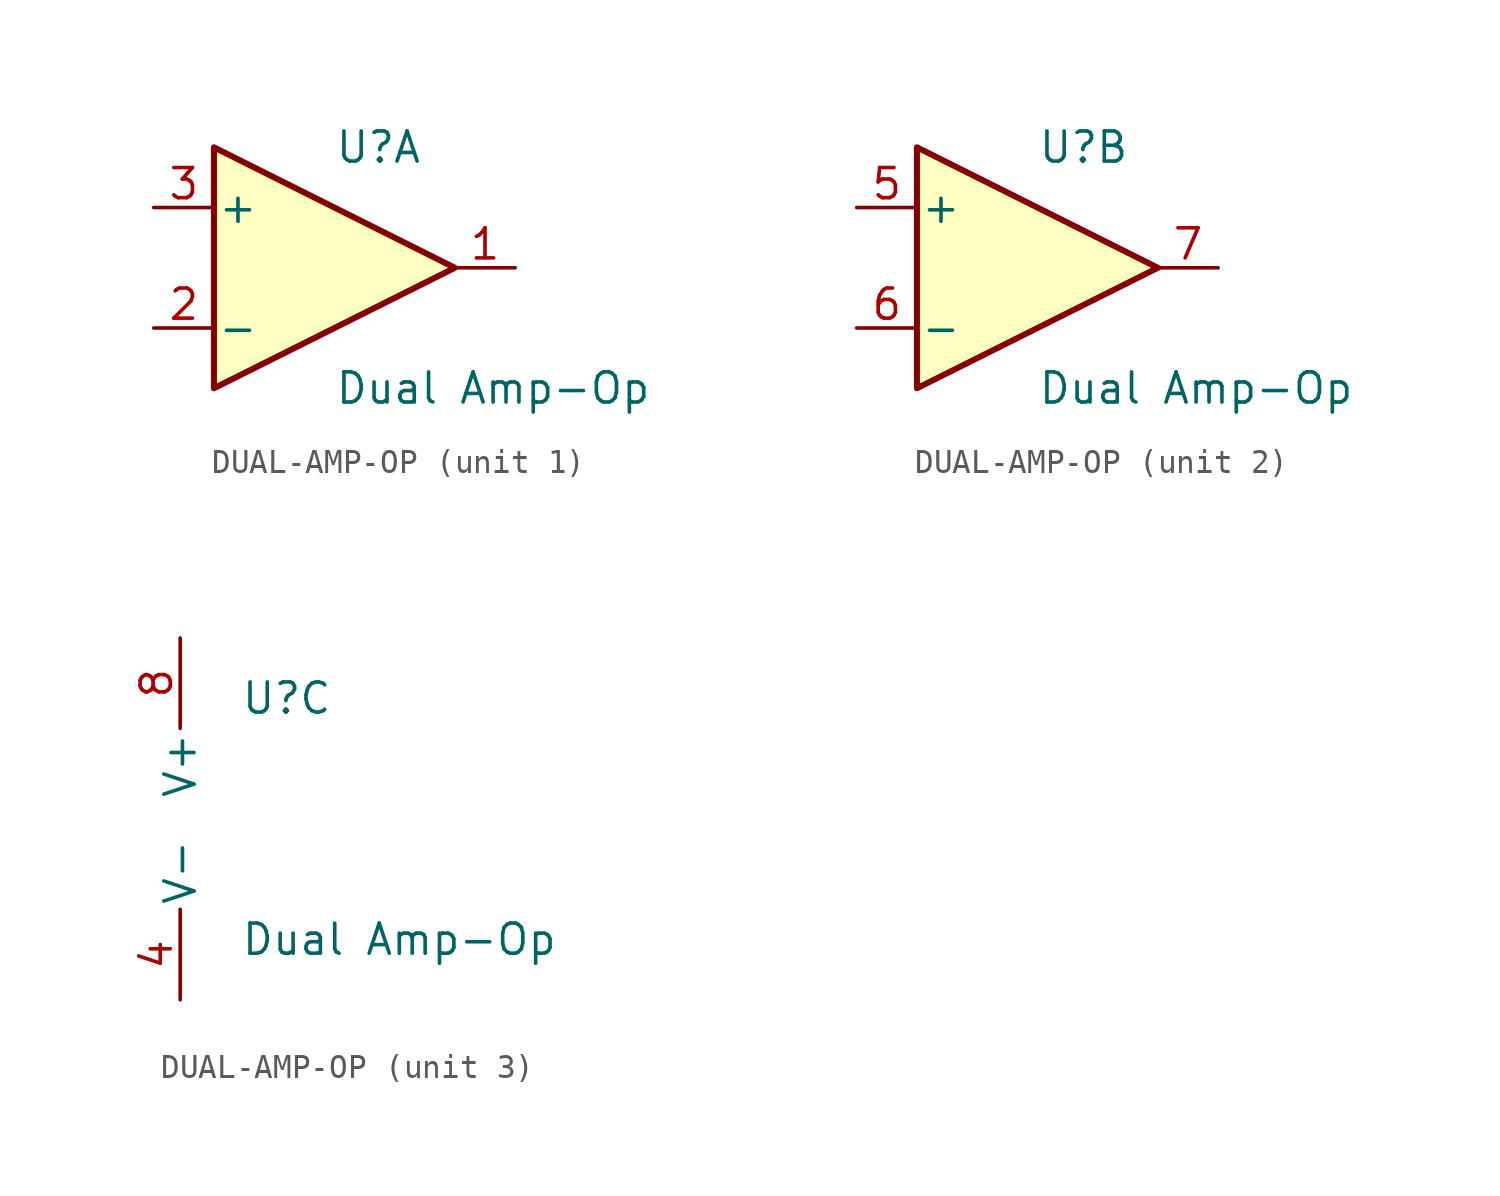
<source format=kicad_sym>
(kicad_symbol_lib
  (version 20220914)
  (generator kicad_symbol_editor)
  (symbol "DUAL-AMP-OP"
    (pin_names
      (offset 0.127))
    (property "Reference" "U"
      (at 0 5.08 0)
      (effects (font (size 1.27 1.27)) (justify left)))
    (property "Value" "Dual Amp-Op"
      (at 0 -5.08 0)
      (effects (font (size 1.27 1.27)) (justify left)))
    (property "Manufacturer" ""
      (at 0 0 0)
      (effects (font (size 1.27 1.27)) (justify left)))
    (property "Manufacturer Part Number" ""
      (at 0 0 0)
      (effects (font (size 1.27 1.27)) (justify left)))
    (property "ki_locked" ""
      (at 0 0 0)
      (effects (font (size 1.27 1.27))))
    (symbol "DUAL-AMP-OP_1_1"
      (polyline (pts (xy -5.08 5.08) (xy 5.08 0) (xy -5.08 -5.08) (xy -5.08 5.08)) (stroke (width 0.254) (type default)) (fill (type background)))
      (pin output line (at 7.62 0 180) (length 2.54) (name "~" (effects (font (size 1.27 1.27)))) (number "1" (effects (font (size 1.27 1.27)))))
      (pin input line (at -7.62 -2.54 0) (length 2.54) (name "-" (effects (font (size 1.27 1.27)))) (number "2" (effects (font (size 1.27 1.27)))))
      (pin input line (at -7.62 2.54 0) (length 2.54) (name "+" (effects (font (size 1.27 1.27)))) (number "3" (effects (font (size 1.27 1.27))))))
    (symbol "DUAL-AMP-OP_2_1"
      (polyline (pts (xy -5.08 5.08) (xy 5.08 0) (xy -5.08 -5.08) (xy -5.08 5.08)) (stroke (width 0.254) (type default)) (fill (type background)))
      (pin input line (at -7.62 2.54 0) (length 2.54) (name "+" (effects (font (size 1.27 1.27)))) (number "5" (effects (font (size 1.27 1.27)))))
      (pin input line (at -7.62 -2.54 0) (length 2.54) (name "-" (effects (font (size 1.27 1.27)))) (number "6" (effects (font (size 1.27 1.27)))))
      (pin output line (at 7.62 0 180) (length 2.54) (name "~" (effects (font (size 1.27 1.27)))) (number "7" (effects (font (size 1.27 1.27))))))
    (symbol "DUAL-AMP-OP_3_1"
      (pin power_in line (at -2.54 -7.62 90) (length 3.81) (name "V-" (effects (font (size 1.27 1.27)))) (number "4" (effects (font (size 1.27 1.27)))))
      (pin power_in line (at -2.54 7.62 270) (length 3.81) (name "V+" (effects (font (size 1.27 1.27)))) (number "8" (effects (font (size 1.27 1.27))))))))
</source>
